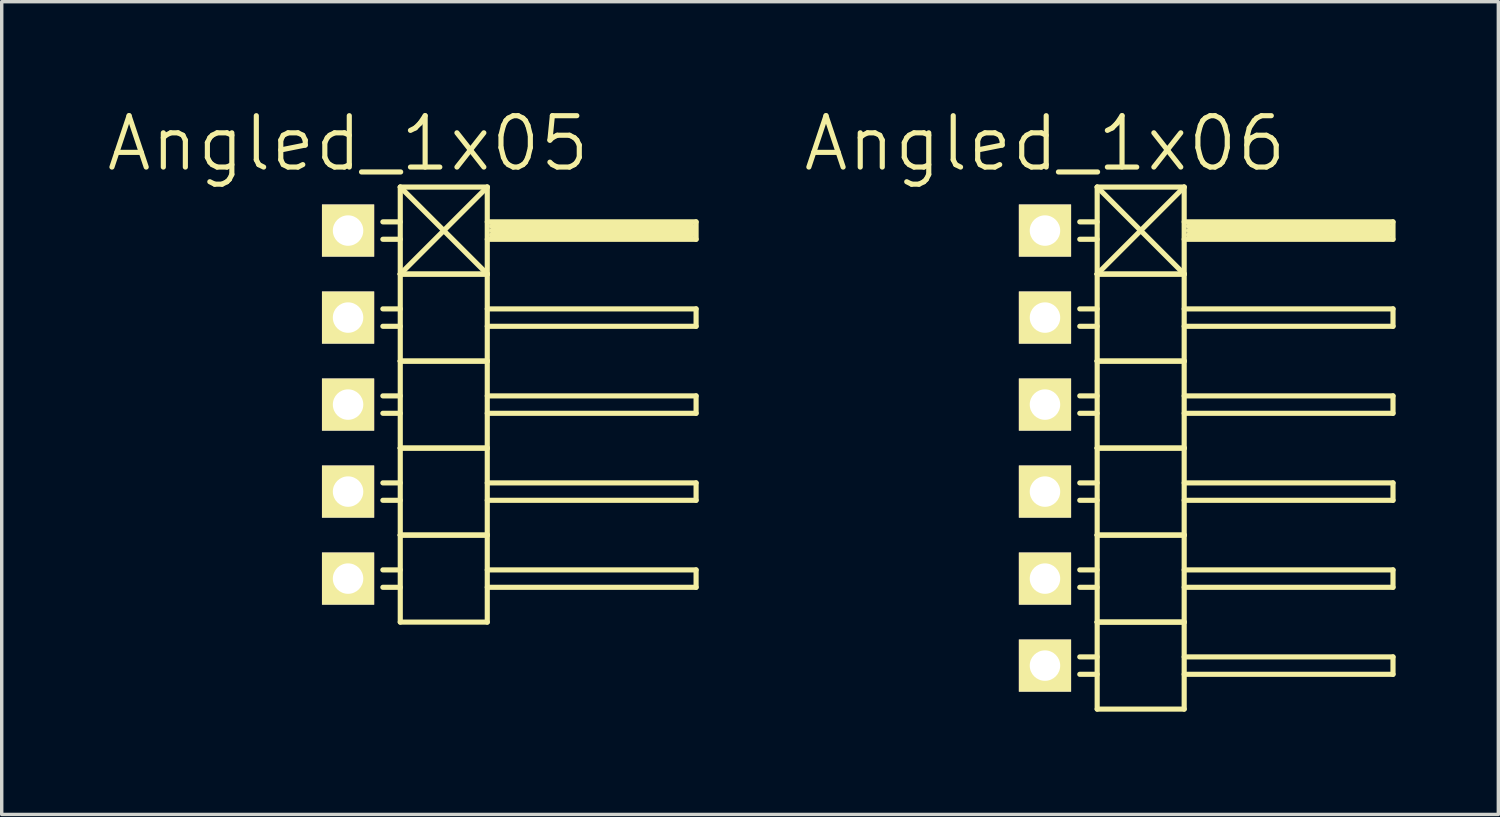
<source format=kicad_pcb>
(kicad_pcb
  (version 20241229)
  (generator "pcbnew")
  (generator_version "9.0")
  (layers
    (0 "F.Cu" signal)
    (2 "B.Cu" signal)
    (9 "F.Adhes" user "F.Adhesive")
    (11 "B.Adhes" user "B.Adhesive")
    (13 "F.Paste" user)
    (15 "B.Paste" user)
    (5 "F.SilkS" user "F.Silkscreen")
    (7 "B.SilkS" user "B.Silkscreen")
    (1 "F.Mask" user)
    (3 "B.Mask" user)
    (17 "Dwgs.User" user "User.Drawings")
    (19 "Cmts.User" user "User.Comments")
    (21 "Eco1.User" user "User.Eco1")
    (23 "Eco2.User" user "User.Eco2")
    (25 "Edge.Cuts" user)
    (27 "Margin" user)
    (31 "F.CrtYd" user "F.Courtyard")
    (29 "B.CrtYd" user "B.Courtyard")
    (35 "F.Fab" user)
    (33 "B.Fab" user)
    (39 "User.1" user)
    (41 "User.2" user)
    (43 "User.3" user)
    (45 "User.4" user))
  (footprint "Angled_1x06"
    (layer "F.Cu")
    (at 27.456 10.031)
    (property "Reference" "Angled_1x06" (at 0 -8.89 0) (layer "F.SilkS") (effects (font (size 1.5 1.5) (thickness 0.15))))
    (attr through_hole)
    (fp_line (start 1.524 -7.62) (end 1.524 -5.08) (stroke (width 0.15) (type solid)) (layer "F.SilkS"))
    (fp_line (start 1.524 -7.62) (end 4.064 -7.62) (stroke (width 0.15) (type solid)) (layer "F.SilkS"))
    (fp_line (start 1.524 -6.604) (end 1.016 -6.604) (stroke (width 0.15) (type solid)) (layer "F.SilkS"))
    (fp_line (start 1.524 -6.096) (end 1.016 -6.096) (stroke (width 0.15) (type solid)) (layer "F.SilkS"))
    (fp_line (start 1.524 -5.08) (end 1.524 -2.54) (stroke (width 0.15) (type solid)) (layer "F.SilkS"))
    (fp_line (start 1.524 -5.08) (end 4.064 -5.08) (stroke (width 0.15) (type solid)) (layer "F.SilkS"))
    (fp_line (start 1.524 -5.08) (end 4.064 -5.08) (stroke (width 0.15) (type solid)) (layer "F.SilkS"))
    (fp_line (start 1.524 -4.064) (end 1.016 -4.064) (stroke (width 0.15) (type solid)) (layer "F.SilkS"))
    (fp_line (start 1.524 -3.556) (end 1.016 -3.556) (stroke (width 0.15) (type solid)) (layer "F.SilkS"))
    (fp_line (start 1.524 -2.54) (end 1.524 0) (stroke (width 0.15) (type solid)) (layer "F.SilkS"))
    (fp_line (start 1.524 -2.54) (end 4.064 -2.54) (stroke (width 0.15) (type solid)) (layer "F.SilkS"))
    (fp_line (start 1.524 -2.54) (end 4.064 -2.54) (stroke (width 0.15) (type solid)) (layer "F.SilkS"))
    (fp_line (start 1.524 -1.524) (end 1.016 -1.524) (stroke (width 0.15) (type solid)) (layer "F.SilkS"))
    (fp_line (start 1.524 -1.016) (end 1.016 -1.016) (stroke (width 0.15) (type solid)) (layer "F.SilkS"))
    (fp_line (start 1.524 0) (end 1.524 2.54) (stroke (width 0.15) (type solid)) (layer "F.SilkS"))
    (fp_line (start 1.524 0) (end 4.064 0) (stroke (width 0.15) (type solid)) (layer "F.SilkS"))
    (fp_line (start 1.524 0) (end 4.064 0) (stroke (width 0.15) (type solid)) (layer "F.SilkS"))
    (fp_line (start 1.524 1.016) (end 1.016 1.016) (stroke (width 0.15) (type solid)) (layer "F.SilkS"))
    (fp_line (start 1.524 1.524) (end 1.016 1.524) (stroke (width 0.15) (type solid)) (layer "F.SilkS"))
    (fp_line (start 1.524 2.54) (end 1.524 5.08) (stroke (width 0.15) (type solid)) (layer "F.SilkS"))
    (fp_line (start 1.524 2.54) (end 4.064 2.54) (stroke (width 0.15) (type solid)) (layer "F.SilkS"))
    (fp_line (start 1.524 2.54) (end 4.064 2.54) (stroke (width 0.15) (type solid)) (layer "F.SilkS"))
    (fp_line (start 1.524 3.556) (end 1.016 3.556) (stroke (width 0.15) (type solid)) (layer "F.SilkS"))
    (fp_line (start 1.524 4.064) (end 1.016 4.064) (stroke (width 0.15) (type solid)) (layer "F.SilkS"))
    (fp_line (start 1.524 5.08) (end 1.524 7.62) (stroke (width 0.15) (type solid)) (layer "F.SilkS"))
    (fp_line (start 1.524 5.08) (end 4.064 5.08) (stroke (width 0.15) (type solid)) (layer "F.SilkS"))
    (fp_line (start 1.524 5.08) (end 4.064 5.08) (stroke (width 0.15) (type solid)) (layer "F.SilkS"))
    (fp_line (start 1.524 6.096) (end 1.016 6.096) (stroke (width 0.15) (type solid)) (layer "F.SilkS"))
    (fp_line (start 1.524 6.604) (end 1.016 6.604) (stroke (width 0.15) (type solid)) (layer "F.SilkS"))
    (fp_line (start 1.524 7.62) (end 4.064 7.62) (stroke (width 0.15) (type solid)) (layer "F.SilkS"))
    (fp_line (start 4.064 -7.62) (end 1.524 -5.08) (stroke (width 0.15) (type solid)) (layer "F.SilkS"))
    (fp_line (start 4.064 -6.604) (end 10.16 -6.604) (stroke (width 0.15) (type solid)) (layer "F.SilkS"))
    (fp_line (start 4.064 -5.08) (end 1.524 -7.62) (stroke (width 0.15) (type solid)) (layer "F.SilkS"))
    (fp_line (start 4.064 -5.08) (end 4.064 -7.62) (stroke (width 0.15) (type solid)) (layer "F.SilkS"))
    (fp_line (start 4.064 -4.064) (end 10.16 -4.064) (stroke (width 0.15) (type solid)) (layer "F.SilkS"))
    (fp_line (start 4.064 -2.54) (end 4.064 -5.08) (stroke (width 0.15) (type solid)) (layer "F.SilkS"))
    (fp_line (start 4.064 -1.524) (end 10.16 -1.524) (stroke (width 0.15) (type solid)) (layer "F.SilkS"))
    (fp_line (start 4.064 0) (end 4.064 -2.54) (stroke (width 0.15) (type solid)) (layer "F.SilkS"))
    (fp_line (start 4.064 1.016) (end 10.16 1.016) (stroke (width 0.15) (type solid)) (layer "F.SilkS"))
    (fp_line (start 4.064 2.54) (end 4.064 0) (stroke (width 0.15) (type solid)) (layer "F.SilkS"))
    (fp_line (start 4.064 3.556) (end 10.16 3.556) (stroke (width 0.15) (type solid)) (layer "F.SilkS"))
    (fp_line (start 4.064 5.08) (end 4.064 2.54) (stroke (width 0.15) (type solid)) (layer "F.SilkS"))
    (fp_line (start 4.064 6.096) (end 10.16 6.096) (stroke (width 0.15) (type solid)) (layer "F.SilkS"))
    (fp_line (start 4.064 7.62) (end 4.064 5.08) (stroke (width 0.15) (type solid)) (layer "F.SilkS"))
    (fp_line (start 4.191 -6.477) (end 10.033 -6.477) (stroke (width 0.15) (type solid)) (layer "F.SilkS"))
    (fp_line (start 4.191 -6.35) (end 10.033 -6.35) (stroke (width 0.15) (type solid)) (layer "F.SilkS"))
    (fp_line (start 10.033 -6.477) (end 10.033 -6.223) (stroke (width 0.15) (type solid)) (layer "F.SilkS"))
    (fp_line (start 10.033 -6.223) (end 4.191 -6.223) (stroke (width 0.15) (type solid)) (layer "F.SilkS"))
    (fp_line (start 10.16 -6.604) (end 10.16 -6.096) (stroke (width 0.15) (type solid)) (layer "F.SilkS"))
    (fp_line (start 10.16 -6.096) (end 4.064 -6.096) (stroke (width 0.15) (type solid)) (layer "F.SilkS"))
    (fp_line (start 10.16 -4.064) (end 10.16 -3.556) (stroke (width 0.15) (type solid)) (layer "F.SilkS"))
    (fp_line (start 10.16 -3.556) (end 4.064 -3.556) (stroke (width 0.15) (type solid)) (layer "F.SilkS"))
    (fp_line (start 10.16 -1.524) (end 10.16 -1.016) (stroke (width 0.15) (type solid)) (layer "F.SilkS"))
    (fp_line (start 10.16 -1.016) (end 4.064 -1.016) (stroke (width 0.15) (type solid)) (layer "F.SilkS"))
    (fp_line (start 10.16 1.016) (end 10.16 1.524) (stroke (width 0.15) (type solid)) (layer "F.SilkS"))
    (fp_line (start 10.16 1.524) (end 4.064 1.524) (stroke (width 0.15) (type solid)) (layer "F.SilkS"))
    (fp_line (start 10.16 3.556) (end 10.16 4.064) (stroke (width 0.15) (type solid)) (layer "F.SilkS"))
    (fp_line (start 10.16 4.064) (end 4.064 4.064) (stroke (width 0.15) (type solid)) (layer "F.SilkS"))
    (fp_line (start 10.16 6.096) (end 10.16 6.604) (stroke (width 0.15) (type solid)) (layer "F.SilkS"))
    (fp_line (start 10.16 6.604) (end 4.064 6.604) (stroke (width 0.15) (type solid)) (layer "F.SilkS"))
    (pad "1" thru_hole rect (at 0 -6.35) (size 1.524 1.524) (drill 0.889) (layers "*.Cu" "*.Mask" "F.SilkS"))
    (pad "2" thru_hole rect (at 0 -3.81) (size 1.524 1.524) (drill 0.889) (layers "*.Cu" "*.Mask" "F.SilkS"))
    (pad "3" thru_hole rect (at 0 -1.27) (size 1.524 1.524) (drill 0.889) (layers "*.Cu" "*.Mask" "F.SilkS"))
    (pad "4" thru_hole rect (at 0 1.27) (size 1.524 1.524) (drill 0.889) (layers "*.Cu" "*.Mask" "F.SilkS"))
    (pad "5" thru_hole rect (at 0 3.81) (size 1.524 1.524) (drill 0.889) (layers "*.Cu" "*.Mask" "F.SilkS"))
    (pad "6" thru_hole rect (at 0 6.35) (size 1.524 1.524) (drill 0.889) (layers "*.Cu" "*.Mask" "F.SilkS")))
  (footprint "Angled_1x05"
    (layer "F.Cu")
    (at 7.111 8.761)
    (property "Reference" "Angled_1x05" (at 0 -7.62 0) (layer "F.SilkS") (effects (font (size 1.5 1.5) (thickness 0.15))))
    (attr through_hole)
    (fp_line (start 1.524 -6.35) (end 1.524 -3.81) (stroke (width 0.15) (type solid)) (layer "F.SilkS"))
    (fp_line (start 1.524 -6.35) (end 4.064 -6.35) (stroke (width 0.15) (type solid)) (layer "F.SilkS"))
    (fp_line (start 1.524 -5.334) (end 1.016 -5.334) (stroke (width 0.15) (type solid)) (layer "F.SilkS"))
    (fp_line (start 1.524 -4.826) (end 1.016 -4.826) (stroke (width 0.15) (type solid)) (layer "F.SilkS"))
    (fp_line (start 1.524 -3.81) (end 1.524 -1.27) (stroke (width 0.15) (type solid)) (layer "F.SilkS"))
    (fp_line (start 1.524 -3.81) (end 4.064 -3.81) (stroke (width 0.15) (type solid)) (layer "F.SilkS"))
    (fp_line (start 1.524 -3.81) (end 4.064 -3.81) (stroke (width 0.15) (type solid)) (layer "F.SilkS"))
    (fp_line (start 1.524 -2.794) (end 1.016 -2.794) (stroke (width 0.15) (type solid)) (layer "F.SilkS"))
    (fp_line (start 1.524 -2.286) (end 1.016 -2.286) (stroke (width 0.15) (type solid)) (layer "F.SilkS"))
    (fp_line (start 1.524 -1.27) (end 1.524 1.27) (stroke (width 0.15) (type solid)) (layer "F.SilkS"))
    (fp_line (start 1.524 -1.27) (end 4.064 -1.27) (stroke (width 0.15) (type solid)) (layer "F.SilkS"))
    (fp_line (start 1.524 -1.27) (end 4.064 -1.27) (stroke (width 0.15) (type solid)) (layer "F.SilkS"))
    (fp_line (start 1.524 -0.254) (end 1.016 -0.254) (stroke (width 0.15) (type solid)) (layer "F.SilkS"))
    (fp_line (start 1.524 0.254) (end 1.016 0.254) (stroke (width 0.15) (type solid)) (layer "F.SilkS"))
    (fp_line (start 1.524 1.27) (end 1.524 3.81) (stroke (width 0.15) (type solid)) (layer "F.SilkS"))
    (fp_line (start 1.524 1.27) (end 4.064 1.27) (stroke (width 0.15) (type solid)) (layer "F.SilkS"))
    (fp_line (start 1.524 1.27) (end 4.064 1.27) (stroke (width 0.15) (type solid)) (layer "F.SilkS"))
    (fp_line (start 1.524 2.286) (end 1.016 2.286) (stroke (width 0.15) (type solid)) (layer "F.SilkS"))
    (fp_line (start 1.524 2.794) (end 1.016 2.794) (stroke (width 0.15) (type solid)) (layer "F.SilkS"))
    (fp_line (start 1.524 3.81) (end 1.524 6.35) (stroke (width 0.15) (type solid)) (layer "F.SilkS"))
    (fp_line (start 1.524 3.81) (end 4.064 3.81) (stroke (width 0.15) (type solid)) (layer "F.SilkS"))
    (fp_line (start 1.524 3.81) (end 4.064 3.81) (stroke (width 0.15) (type solid)) (layer "F.SilkS"))
    (fp_line (start 1.524 4.826) (end 1.016 4.826) (stroke (width 0.15) (type solid)) (layer "F.SilkS"))
    (fp_line (start 1.524 5.334) (end 1.016 5.334) (stroke (width 0.15) (type solid)) (layer "F.SilkS"))
    (fp_line (start 1.524 6.35) (end 4.064 6.35) (stroke (width 0.15) (type solid)) (layer "F.SilkS"))
    (fp_line (start 4.064 -6.35) (end 1.524 -3.81) (stroke (width 0.15) (type solid)) (layer "F.SilkS"))
    (fp_line (start 4.064 -5.334) (end 10.16 -5.334) (stroke (width 0.15) (type solid)) (layer "F.SilkS"))
    (fp_line (start 4.064 -3.81) (end 1.524 -6.35) (stroke (width 0.15) (type solid)) (layer "F.SilkS"))
    (fp_line (start 4.064 -3.81) (end 4.064 -6.35) (stroke (width 0.15) (type solid)) (layer "F.SilkS"))
    (fp_line (start 4.064 -2.794) (end 10.16 -2.794) (stroke (width 0.15) (type solid)) (layer "F.SilkS"))
    (fp_line (start 4.064 -1.27) (end 4.064 -3.81) (stroke (width 0.15) (type solid)) (layer "F.SilkS"))
    (fp_line (start 4.064 -0.254) (end 10.16 -0.254) (stroke (width 0.15) (type solid)) (layer "F.SilkS"))
    (fp_line (start 4.064 1.27) (end 4.064 -1.27) (stroke (width 0.15) (type solid)) (layer "F.SilkS"))
    (fp_line (start 4.064 2.286) (end 10.16 2.286) (stroke (width 0.15) (type solid)) (layer "F.SilkS"))
    (fp_line (start 4.064 3.81) (end 4.064 1.27) (stroke (width 0.15) (type solid)) (layer "F.SilkS"))
    (fp_line (start 4.064 4.826) (end 10.16 4.826) (stroke (width 0.15) (type solid)) (layer "F.SilkS"))
    (fp_line (start 4.064 6.35) (end 4.064 3.81) (stroke (width 0.15) (type solid)) (layer "F.SilkS"))
    (fp_line (start 4.191 -5.207) (end 10.033 -5.207) (stroke (width 0.15) (type solid)) (layer "F.SilkS"))
    (fp_line (start 4.191 -5.08) (end 10.033 -5.08) (stroke (width 0.15) (type solid)) (layer "F.SilkS"))
    (fp_line (start 10.033 -5.207) (end 10.033 -4.953) (stroke (width 0.15) (type solid)) (layer "F.SilkS"))
    (fp_line (start 10.033 -4.953) (end 4.191 -4.953) (stroke (width 0.15) (type solid)) (layer "F.SilkS"))
    (fp_line (start 10.16 -5.334) (end 10.16 -4.826) (stroke (width 0.15) (type solid)) (layer "F.SilkS"))
    (fp_line (start 10.16 -4.826) (end 4.064 -4.826) (stroke (width 0.15) (type solid)) (layer "F.SilkS"))
    (fp_line (start 10.16 -2.794) (end 10.16 -2.286) (stroke (width 0.15) (type solid)) (layer "F.SilkS"))
    (fp_line (start 10.16 -2.286) (end 4.064 -2.286) (stroke (width 0.15) (type solid)) (layer "F.SilkS"))
    (fp_line (start 10.16 -0.254) (end 10.16 0.254) (stroke (width 0.15) (type solid)) (layer "F.SilkS"))
    (fp_line (start 10.16 0.254) (end 4.064 0.254) (stroke (width 0.15) (type solid)) (layer "F.SilkS"))
    (fp_line (start 10.16 2.286) (end 10.16 2.794) (stroke (width 0.15) (type solid)) (layer "F.SilkS"))
    (fp_line (start 10.16 2.794) (end 4.064 2.794) (stroke (width 0.15) (type solid)) (layer "F.SilkS"))
    (fp_line (start 10.16 4.826) (end 10.16 5.334) (stroke (width 0.15) (type solid)) (layer "F.SilkS"))
    (fp_line (start 10.16 5.334) (end 4.064 5.334) (stroke (width 0.15) (type solid)) (layer "F.SilkS"))
    (pad "1" thru_hole rect (at 0 -5.08) (size 1.524 1.524) (drill 0.889) (layers "*.Cu" "*.Mask" "F.SilkS"))
    (pad "2" thru_hole rect (at 0 -2.54) (size 1.524 1.524) (drill 0.889) (layers "*.Cu" "*.Mask" "F.SilkS"))
    (pad "3" thru_hole rect (at 0 0) (size 1.524 1.524) (drill 0.889) (layers "*.Cu" "*.Mask" "F.SilkS"))
    (pad "4" thru_hole rect (at 0 2.54) (size 1.524 1.524) (drill 0.889) (layers "*.Cu" "*.Mask" "F.SilkS"))
    (pad "5" thru_hole rect (at 0 5.08) (size 1.524 1.524) (drill 0.889) (layers "*.Cu" "*.Mask" "F.SilkS")))
  (gr_rect
    (start -3 -3)
    (end 40.691 20.726)
    (stroke (width 0.1) (type default))
    (fill no)
    (layer "Edge.Cuts")))
</source>
